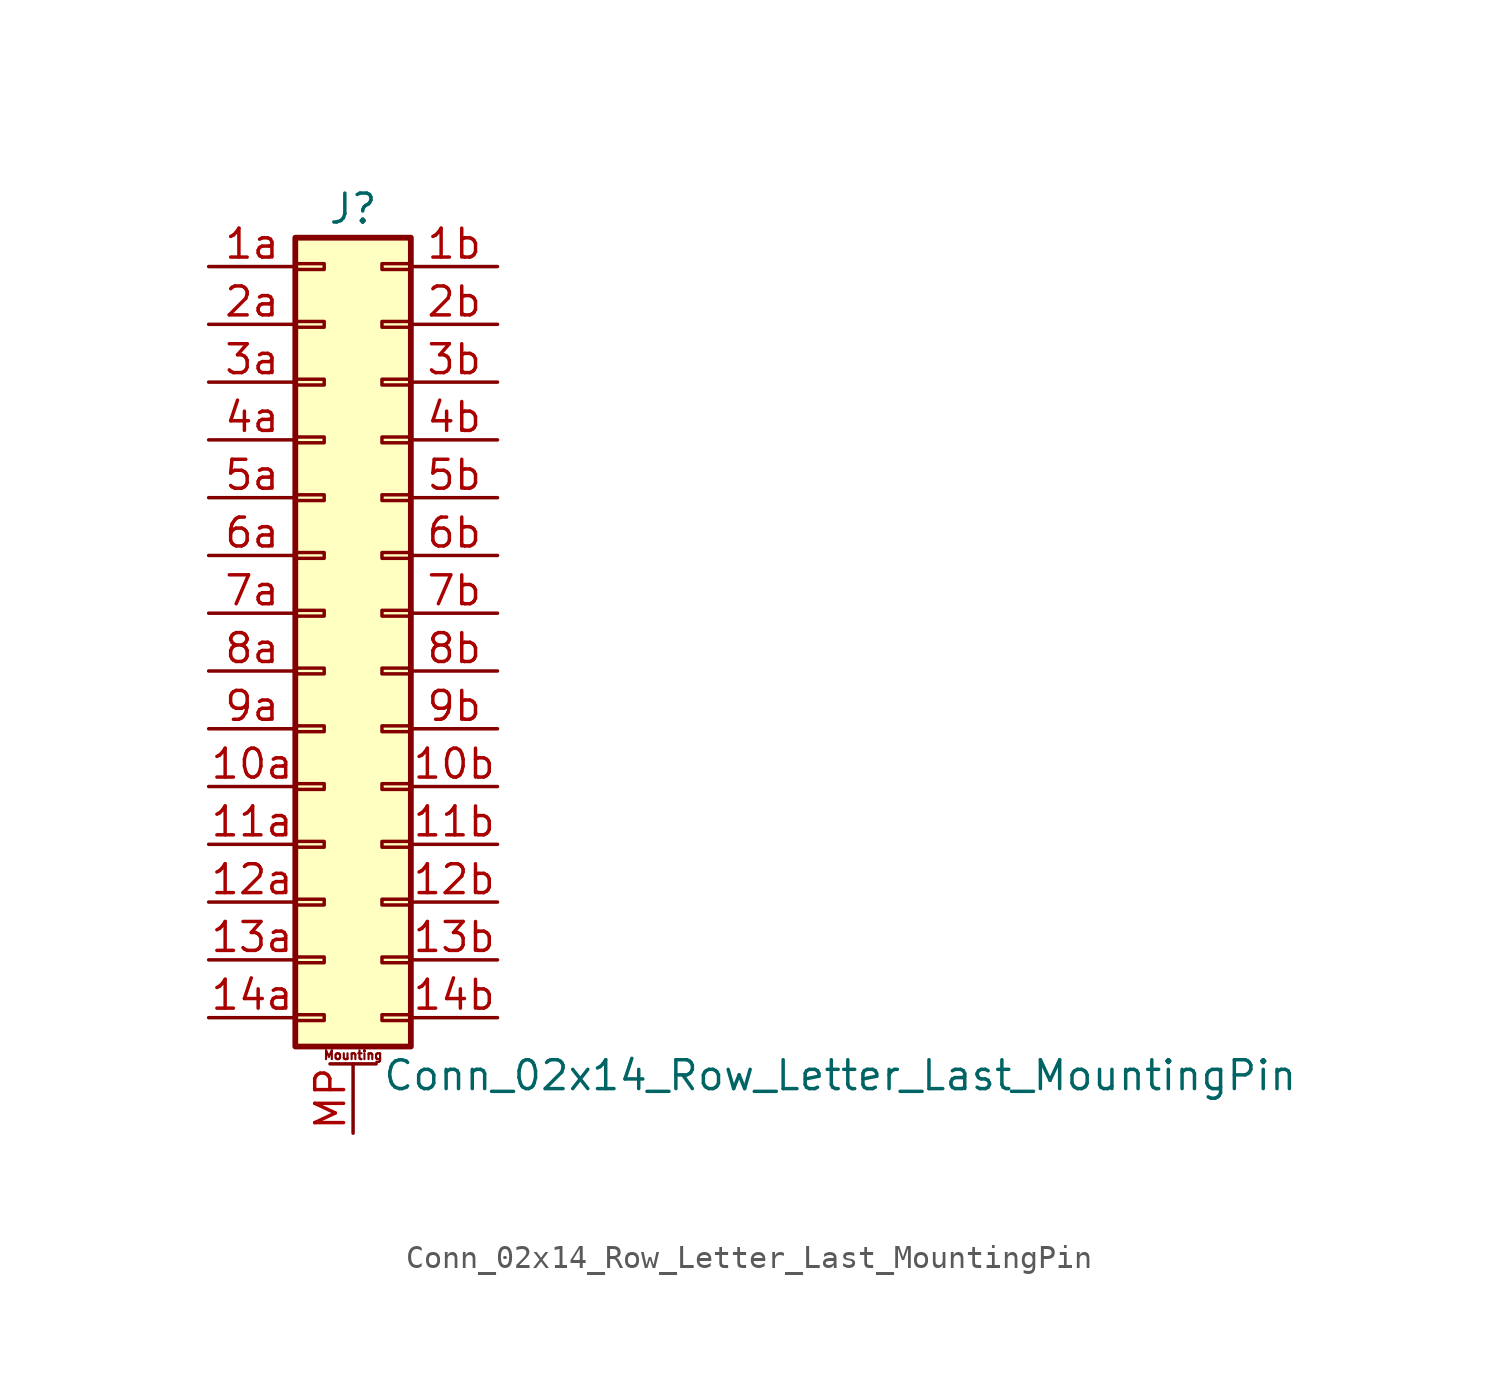
<source format=kicad_sym>
(kicad_symbol_lib
  (version 20211014)
  (generator kicad_symbol_editor)
  (symbol "Conn_02x14_Row_Letter_Last_MountingPin"
    (pin_names
      (offset 1.016) hide)
    (property "Reference" "J"
      (at 1.27 17.78 0)
      (effects (font (size 1.27 1.27))))
    (property "Value" "Conn_02x14_Row_Letter_Last_MountingPin"
      (at 2.54 -20.32 0)
      (effects (font (size 1.27 1.27)) (justify left)))
    (symbol "Conn_02x14_Row_Letter_Last_MountingPin_1_1"
      (rectangle (start -1.27 -17.653) (end 0 -17.907) (stroke (width 0.152) (type default) (color 0 0 0 0)) (fill (type none)))
      (rectangle (start -1.27 -15.113) (end 0 -15.367) (stroke (width 0.152) (type default) (color 0 0 0 0)) (fill (type none)))
      (rectangle (start -1.27 -12.573) (end 0 -12.827) (stroke (width 0.152) (type default) (color 0 0 0 0)) (fill (type none)))
      (rectangle (start -1.27 -10.033) (end 0 -10.287) (stroke (width 0.152) (type default) (color 0 0 0 0)) (fill (type none)))
      (rectangle (start -1.27 -7.493) (end 0 -7.747) (stroke (width 0.152) (type default) (color 0 0 0 0)) (fill (type none)))
      (rectangle (start -1.27 -4.953) (end 0 -5.207) (stroke (width 0.152) (type default) (color 0 0 0 0)) (fill (type none)))
      (rectangle (start -1.27 -2.413) (end 0 -2.667) (stroke (width 0.152) (type default) (color 0 0 0 0)) (fill (type none)))
      (rectangle (start -1.27 0.127) (end 0 -0.127) (stroke (width 0.152) (type default) (color 0 0 0 0)) (fill (type none)))
      (rectangle (start -1.27 2.667) (end 0 2.413) (stroke (width 0.152) (type default) (color 0 0 0 0)) (fill (type none)))
      (rectangle (start -1.27 5.207) (end 0 4.953) (stroke (width 0.152) (type default) (color 0 0 0 0)) (fill (type none)))
      (rectangle (start -1.27 7.747) (end 0 7.493) (stroke (width 0.152) (type default) (color 0 0 0 0)) (fill (type none)))
      (rectangle (start -1.27 10.287) (end 0 10.033) (stroke (width 0.152) (type default) (color 0 0 0 0)) (fill (type none)))
      (rectangle (start -1.27 12.827) (end 0 12.573) (stroke (width 0.152) (type default) (color 0 0 0 0)) (fill (type none)))
      (rectangle (start -1.27 15.367) (end 0 15.113) (stroke (width 0.152) (type default) (color 0 0 0 0)) (fill (type none)))
      (rectangle (start -1.27 16.51) (end 3.81 -19.05) (stroke (width 0.254) (type default) (color 0 0 0 0)) (fill (type background)))
      (polyline (pts (xy 0.254 -19.812) (xy 2.286 -19.812)) (stroke (width 0.152) (type default) (color 0 0 0 0)) (fill (type none)))
      (rectangle (start 3.81 -17.653) (end 2.54 -17.907) (stroke (width 0.152) (type default) (color 0 0 0 0)) (fill (type none)))
      (rectangle (start 3.81 -15.113) (end 2.54 -15.367) (stroke (width 0.152) (type default) (color 0 0 0 0)) (fill (type none)))
      (rectangle (start 3.81 -12.573) (end 2.54 -12.827) (stroke (width 0.152) (type default) (color 0 0 0 0)) (fill (type none)))
      (rectangle (start 3.81 -10.033) (end 2.54 -10.287) (stroke (width 0.152) (type default) (color 0 0 0 0)) (fill (type none)))
      (rectangle (start 3.81 -7.493) (end 2.54 -7.747) (stroke (width 0.152) (type default) (color 0 0 0 0)) (fill (type none)))
      (rectangle (start 3.81 -4.953) (end 2.54 -5.207) (stroke (width 0.152) (type default) (color 0 0 0 0)) (fill (type none)))
      (rectangle (start 3.81 -2.413) (end 2.54 -2.667) (stroke (width 0.152) (type default) (color 0 0 0 0)) (fill (type none)))
      (rectangle (start 3.81 0.127) (end 2.54 -0.127) (stroke (width 0.152) (type default) (color 0 0 0 0)) (fill (type none)))
      (rectangle (start 3.81 2.667) (end 2.54 2.413) (stroke (width 0.152) (type default) (color 0 0 0 0)) (fill (type none)))
      (rectangle (start 3.81 5.207) (end 2.54 4.953) (stroke (width 0.152) (type default) (color 0 0 0 0)) (fill (type none)))
      (rectangle (start 3.81 7.747) (end 2.54 7.493) (stroke (width 0.152) (type default) (color 0 0 0 0)) (fill (type none)))
      (rectangle (start 3.81 10.287) (end 2.54 10.033) (stroke (width 0.152) (type default) (color 0 0 0 0)) (fill (type none)))
      (rectangle (start 3.81 12.827) (end 2.54 12.573) (stroke (width 0.152) (type default) (color 0 0 0 0)) (fill (type none)))
      (rectangle (start 3.81 15.367) (end 2.54 15.113) (stroke (width 0.152) (type default) (color 0 0 0 0)) (fill (type none)))
      (text "Mounting" (at 1.27 -19.431 0) (effects (font (size 0.381 0.381))))
      (pin passive line (at -5.08 -7.62 0) (length 3.81) (name "Pin_10a" (effects (font (size 1.27 1.27)))) (number "10a" (effects (font (size 1.27 1.27)))))
      (pin passive line (at 7.62 -7.62 180) (length 3.81) (name "Pin_10b" (effects (font (size 1.27 1.27)))) (number "10b" (effects (font (size 1.27 1.27)))))
      (pin passive line (at -5.08 -10.16 0) (length 3.81) (name "Pin_11a" (effects (font (size 1.27 1.27)))) (number "11a" (effects (font (size 1.27 1.27)))))
      (pin passive line (at 7.62 -10.16 180) (length 3.81) (name "Pin_11b" (effects (font (size 1.27 1.27)))) (number "11b" (effects (font (size 1.27 1.27)))))
      (pin passive line (at -5.08 -12.7 0) (length 3.81) (name "Pin_12a" (effects (font (size 1.27 1.27)))) (number "12a" (effects (font (size 1.27 1.27)))))
      (pin passive line (at 7.62 -12.7 180) (length 3.81) (name "Pin_12b" (effects (font (size 1.27 1.27)))) (number "12b" (effects (font (size 1.27 1.27)))))
      (pin passive line (at -5.08 -15.24 0) (length 3.81) (name "Pin_13a" (effects (font (size 1.27 1.27)))) (number "13a" (effects (font (size 1.27 1.27)))))
      (pin passive line (at 7.62 -15.24 180) (length 3.81) (name "Pin_13b" (effects (font (size 1.27 1.27)))) (number "13b" (effects (font (size 1.27 1.27)))))
      (pin passive line (at -5.08 -17.78 0) (length 3.81) (name "Pin_14a" (effects (font (size 1.27 1.27)))) (number "14a" (effects (font (size 1.27 1.27)))))
      (pin passive line (at 7.62 -17.78 180) (length 3.81) (name "Pin_14b" (effects (font (size 1.27 1.27)))) (number "14b" (effects (font (size 1.27 1.27)))))
      (pin passive line (at -5.08 15.24 0) (length 3.81) (name "Pin_1a" (effects (font (size 1.27 1.27)))) (number "1a" (effects (font (size 1.27 1.27)))))
      (pin passive line (at 7.62 15.24 180) (length 3.81) (name "Pin_1b" (effects (font (size 1.27 1.27)))) (number "1b" (effects (font (size 1.27 1.27)))))
      (pin passive line (at -5.08 12.7 0) (length 3.81) (name "Pin_2a" (effects (font (size 1.27 1.27)))) (number "2a" (effects (font (size 1.27 1.27)))))
      (pin passive line (at 7.62 12.7 180) (length 3.81) (name "Pin_2b" (effects (font (size 1.27 1.27)))) (number "2b" (effects (font (size 1.27 1.27)))))
      (pin passive line (at -5.08 10.16 0) (length 3.81) (name "Pin_3a" (effects (font (size 1.27 1.27)))) (number "3a" (effects (font (size 1.27 1.27)))))
      (pin passive line (at 7.62 10.16 180) (length 3.81) (name "Pin_3b" (effects (font (size 1.27 1.27)))) (number "3b" (effects (font (size 1.27 1.27)))))
      (pin passive line (at -5.08 7.62 0) (length 3.81) (name "Pin_4a" (effects (font (size 1.27 1.27)))) (number "4a" (effects (font (size 1.27 1.27)))))
      (pin passive line (at 7.62 7.62 180) (length 3.81) (name "Pin_4b" (effects (font (size 1.27 1.27)))) (number "4b" (effects (font (size 1.27 1.27)))))
      (pin passive line (at -5.08 5.08 0) (length 3.81) (name "Pin_5a" (effects (font (size 1.27 1.27)))) (number "5a" (effects (font (size 1.27 1.27)))))
      (pin passive line (at 7.62 5.08 180) (length 3.81) (name "Pin_5b" (effects (font (size 1.27 1.27)))) (number "5b" (effects (font (size 1.27 1.27)))))
      (pin passive line (at -5.08 2.54 0) (length 3.81) (name "Pin_6a" (effects (font (size 1.27 1.27)))) (number "6a" (effects (font (size 1.27 1.27)))))
      (pin passive line (at 7.62 2.54 180) (length 3.81) (name "Pin_6b" (effects (font (size 1.27 1.27)))) (number "6b" (effects (font (size 1.27 1.27)))))
      (pin passive line (at -5.08 0 0) (length 3.81) (name "Pin_7a" (effects (font (size 1.27 1.27)))) (number "7a" (effects (font (size 1.27 1.27)))))
      (pin passive line (at 7.62 0 180) (length 3.81) (name "Pin_7b" (effects (font (size 1.27 1.27)))) (number "7b" (effects (font (size 1.27 1.27)))))
      (pin passive line (at -5.08 -2.54 0) (length 3.81) (name "Pin_8a" (effects (font (size 1.27 1.27)))) (number "8a" (effects (font (size 1.27 1.27)))))
      (pin passive line (at 7.62 -2.54 180) (length 3.81) (name "Pin_8b" (effects (font (size 1.27 1.27)))) (number "8b" (effects (font (size 1.27 1.27)))))
      (pin passive line (at -5.08 -5.08 0) (length 3.81) (name "Pin_9a" (effects (font (size 1.27 1.27)))) (number "9a" (effects (font (size 1.27 1.27)))))
      (pin passive line (at 7.62 -5.08 180) (length 3.81) (name "Pin_9b" (effects (font (size 1.27 1.27)))) (number "9b" (effects (font (size 1.27 1.27)))))
      (pin passive line (at 1.27 -22.86 90) (length 3.048) (name "MountPin" (effects (font (size 1.27 1.27)))) (number "MP" (effects (font (size 1.27 1.27))))))))
</source>
